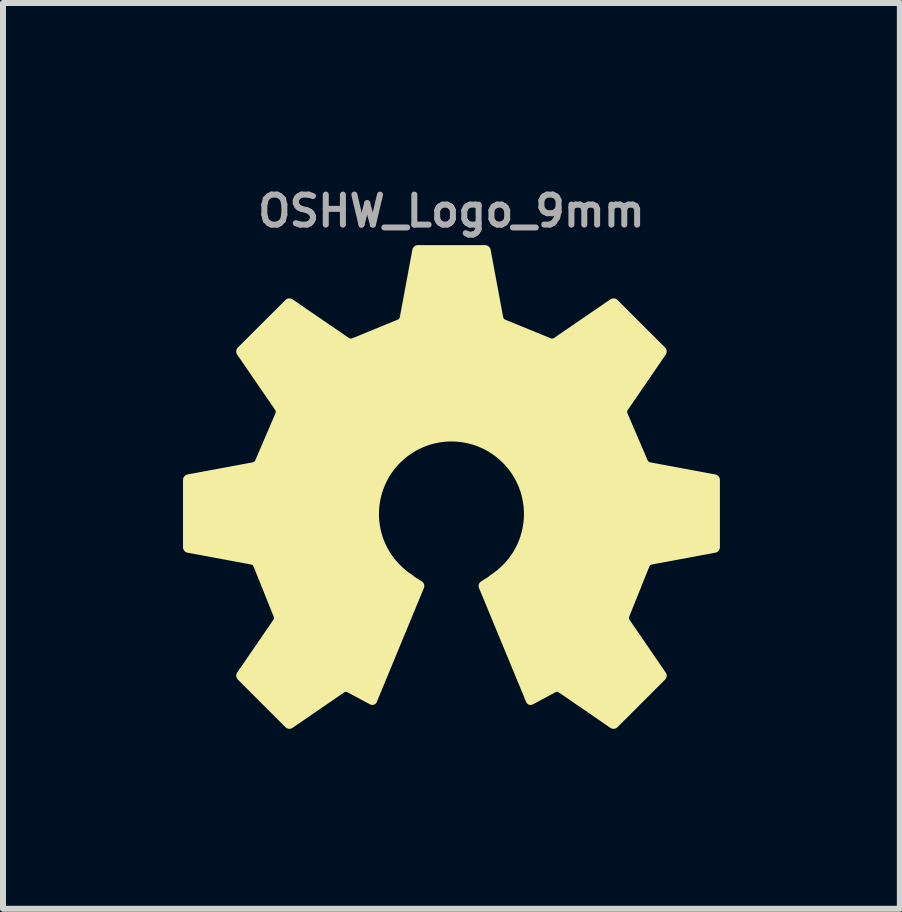
<source format=kicad_pcb>
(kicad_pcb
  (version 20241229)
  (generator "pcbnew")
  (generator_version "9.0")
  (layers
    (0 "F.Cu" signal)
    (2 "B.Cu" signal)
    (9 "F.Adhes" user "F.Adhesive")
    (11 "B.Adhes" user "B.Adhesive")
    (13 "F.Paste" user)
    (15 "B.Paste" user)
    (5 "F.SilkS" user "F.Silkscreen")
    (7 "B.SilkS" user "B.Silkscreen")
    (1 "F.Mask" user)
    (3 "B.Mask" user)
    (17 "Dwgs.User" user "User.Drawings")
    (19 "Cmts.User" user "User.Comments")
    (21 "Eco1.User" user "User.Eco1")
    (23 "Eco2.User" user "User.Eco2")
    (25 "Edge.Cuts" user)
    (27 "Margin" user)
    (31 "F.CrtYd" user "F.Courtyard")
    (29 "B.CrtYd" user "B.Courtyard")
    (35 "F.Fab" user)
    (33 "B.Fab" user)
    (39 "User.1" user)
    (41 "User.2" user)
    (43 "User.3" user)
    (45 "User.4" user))
  (footprint "OSHW_Logo_9mm"
    (layer "F.Cu")
    (at 4.476 5.468)
    (property "Reference" "OSHW_Logo_9mm" (at 0 -5 0) (layer "F.Fab") (effects (font (size 0.5 0.5) (thickness 0.1))))
    (fp_poly (pts (xy 0.564 -4.398) (xy 0.567 -4.398) (xy 0.569 -4.398) (xy 0.572 -4.398) (xy 0.574 -4.397) (xy 0.576 -4.396) (xy 0.579 -4.396) (xy 0.581 -4.395) (xy 0.584 -4.394) (xy 0.586 -4.393) (xy 0.588 -4.392) (xy 0.59 -4.39) (xy 0.593 -4.389) (xy 0.595 -4.387) (xy 0.597 -4.386) (xy 0.599 -4.384) (xy 0.601 -4.383) (xy 0.603 -4.381) (xy 0.605 -4.379) (xy 0.606 -4.377) (xy 0.608 -4.375) (xy 0.609 -4.373) (xy 0.611 -4.371) (xy 0.612 -4.369) (xy 0.614 -4.367) (xy 0.615 -4.365) (xy 0.616 -4.362) (xy 0.617 -4.36) (xy 0.618 -4.358) (xy 0.619 -4.355) (xy 0.619 -4.353) (xy 0.62 -4.35) (xy 0.83 -3.222) (xy 0.83 -3.219) (xy 0.831 -3.217) (xy 0.832 -3.212) (xy 0.835 -3.207) (xy 0.837 -3.202) (xy 0.84 -3.197) (xy 0.843 -3.192) (xy 0.846 -3.188) (xy 0.85 -3.183) (xy 0.854 -3.179) (xy 0.858 -3.175) (xy 0.862 -3.171) (xy 0.867 -3.168) (xy 0.871 -3.165) (xy 0.876 -3.162) (xy 0.878 -3.161) (xy 0.881 -3.16) (xy 0.883 -3.159) (xy 0.885 -3.158) (xy 1.642 -2.848) (xy 1.646 -2.846) (xy 1.651 -2.845) (xy 1.657 -2.843) (xy 1.662 -2.842) (xy 1.668 -2.841) (xy 1.673 -2.841) (xy 1.679 -2.841) (xy 1.685 -2.841) (xy 1.691 -2.842) (xy 1.696 -2.843) (xy 1.702 -2.844) (xy 1.707 -2.845) (xy 1.712 -2.847) (xy 1.717 -2.849) (xy 1.722 -2.852) (xy 1.726 -2.855) (xy 2.669 -3.501) (xy 2.671 -3.503) (xy 2.673 -3.504) (xy 2.676 -3.505) (xy 2.678 -3.506) (xy 2.68 -3.507) (xy 2.683 -3.508) (xy 2.685 -3.509) (xy 2.688 -3.51) (xy 2.69 -3.51) (xy 2.693 -3.51) (xy 2.698 -3.511) (xy 2.703 -3.511) (xy 2.708 -3.511) (xy 2.713 -3.51) (xy 2.718 -3.509) (xy 2.723 -3.508) (xy 2.725 -3.507) (xy 2.728 -3.506) (xy 2.73 -3.505) (xy 2.732 -3.504) (xy 2.734 -3.502) (xy 2.737 -3.501) (xy 2.739 -3.499) (xy 2.741 -3.498) (xy 2.743 -3.496) (xy 2.744 -3.494) (xy 3.538 -2.701) (xy 3.54 -2.699) (xy 3.542 -2.697) (xy 3.543 -2.695) (xy 3.545 -2.693) (xy 3.546 -2.691) (xy 3.547 -2.688) (xy 3.55 -2.684) (xy 3.551 -2.679) (xy 3.553 -2.674) (xy 3.554 -2.669) (xy 3.555 -2.664) (xy 3.555 -2.659) (xy 3.555 -2.654) (xy 3.554 -2.649) (xy 3.553 -2.644) (xy 3.552 -2.639) (xy 3.551 -2.636) (xy 3.55 -2.634) (xy 3.549 -2.632) (xy 3.548 -2.63) (xy 3.547 -2.627) (xy 3.545 -2.625) (xy 2.91 -1.699) (xy 2.907 -1.694) (xy 2.904 -1.69) (xy 2.902 -1.685) (xy 2.901 -1.68) (xy 2.899 -1.674) (xy 2.898 -1.669) (xy 2.897 -1.663) (xy 2.896 -1.657) (xy 2.896 -1.652) (xy 2.896 -1.646) (xy 2.897 -1.64) (xy 2.898 -1.635) (xy 2.899 -1.629) (xy 2.9 -1.624) (xy 2.902 -1.619) (xy 2.904 -1.615) (xy 3.239 -0.834) (xy 3.241 -0.83) (xy 3.243 -0.825) (xy 3.246 -0.82) (xy 3.249 -0.816) (xy 3.252 -0.811) (xy 3.256 -0.807) (xy 3.26 -0.803) (xy 3.264 -0.799) (xy 3.269 -0.795) (xy 3.273 -0.792) (xy 3.278 -0.789) (xy 3.283 -0.786) (xy 3.288 -0.784) (xy 3.293 -0.782) (xy 3.298 -0.78) (xy 3.303 -0.779) (xy 4.394 -0.576) (xy 4.394 -0.576) (xy 4.397 -0.575) (xy 4.399 -0.575) (xy 4.401 -0.574) (xy 4.404 -0.573) (xy 4.406 -0.572) (xy 4.408 -0.571) (xy 4.411 -0.57) (xy 4.413 -0.569) (xy 4.417 -0.566) (xy 4.421 -0.562) (xy 4.425 -0.559) (xy 4.428 -0.555) (xy 4.431 -0.551) (xy 4.434 -0.547) (xy 4.437 -0.542) (xy 4.438 -0.54) (xy 4.439 -0.538) (xy 4.439 -0.535) (xy 4.44 -0.533) (xy 4.441 -0.53) (xy 4.441 -0.528) (xy 4.442 -0.525) (xy 4.442 -0.523) (xy 4.442 -0.52) (xy 4.442 -0.518) (xy 4.442 0.605) (xy 4.442 0.608) (xy 4.442 0.61) (xy 4.442 0.613) (xy 4.441 0.615) (xy 4.441 0.618) (xy 4.44 0.62) (xy 4.439 0.623) (xy 4.438 0.625) (xy 4.437 0.627) (xy 4.436 0.63) (xy 4.435 0.632) (xy 4.434 0.634) (xy 4.433 0.636) (xy 4.431 0.638) (xy 4.43 0.641) (xy 4.428 0.643) (xy 4.426 0.644) (xy 4.425 0.646) (xy 4.423 0.648) (xy 4.421 0.65) (xy 4.419 0.652) (xy 4.417 0.653) (xy 4.415 0.655) (xy 4.413 0.656) (xy 4.41 0.657) (xy 4.408 0.658) (xy 4.406 0.66) (xy 4.404 0.661) (xy 4.401 0.661) (xy 4.399 0.662) (xy 4.396 0.663) (xy 4.394 0.663) (xy 3.33 0.861) (xy 3.327 0.862) (xy 3.325 0.862) (xy 3.322 0.863) (xy 3.32 0.864) (xy 3.315 0.866) (xy 3.31 0.869) (xy 3.305 0.871) (xy 3.3 0.874) (xy 3.296 0.878) (xy 3.291 0.881) (xy 3.287 0.885) (xy 3.283 0.89) (xy 3.28 0.894) (xy 3.276 0.898) (xy 3.273 0.903) (xy 3.271 0.908) (xy 3.268 0.912) (xy 3.267 0.915) (xy 3.267 0.917) (xy 2.934 1.747) (xy 2.932 1.752) (xy 2.931 1.757) (xy 2.929 1.762) (xy 2.928 1.767) (xy 2.928 1.773) (xy 2.927 1.779) (xy 2.927 1.784) (xy 2.927 1.79) (xy 2.928 1.796) (xy 2.929 1.802) (xy 2.93 1.807) (xy 2.932 1.813) (xy 2.933 1.818) (xy 2.936 1.823) (xy 2.938 1.827) (xy 2.941 1.832) (xy 3.545 2.713) (xy 3.547 2.715) (xy 3.548 2.717) (xy 3.549 2.719) (xy 3.55 2.722) (xy 3.551 2.724) (xy 3.552 2.726) (xy 3.553 2.729) (xy 3.553 2.731) (xy 3.554 2.734) (xy 3.554 2.736) (xy 3.555 2.741) (xy 3.555 2.746) (xy 3.555 2.752) (xy 3.554 2.757) (xy 3.553 2.762) (xy 3.551 2.767) (xy 3.551 2.769) (xy 3.55 2.771) (xy 3.548 2.774) (xy 3.547 2.776) (xy 3.546 2.778) (xy 3.545 2.78) (xy 3.543 2.782) (xy 3.542 2.784) (xy 3.54 2.786) (xy 3.538 2.788) (xy 2.744 3.582) (xy 2.742 3.584) (xy 2.74 3.585) (xy 2.738 3.587) (xy 2.736 3.588) (xy 2.734 3.59) (xy 2.732 3.591) (xy 2.728 3.593) (xy 2.723 3.595) (xy 2.718 3.597) (xy 2.713 3.598) (xy 2.708 3.598) (xy 2.703 3.599) (xy 2.698 3.598) (xy 2.692 3.598) (xy 2.687 3.597) (xy 2.683 3.596) (xy 2.68 3.595) (xy 2.678 3.594) (xy 2.675 3.593) (xy 2.673 3.592) (xy 2.671 3.59) (xy 2.669 3.589) (xy 1.804 2.995) (xy 1.799 2.992) (xy 1.795 2.99) (xy 1.79 2.988) (xy 1.785 2.986) (xy 1.779 2.985) (xy 1.774 2.984) (xy 1.768 2.983) (xy 1.763 2.983) (xy 1.757 2.983) (xy 1.751 2.983) (xy 1.746 2.984) (xy 1.74 2.985) (xy 1.735 2.986) (xy 1.73 2.988) (xy 1.725 2.99) (xy 1.721 2.992) (xy 1.339 3.196) (xy 1.337 3.197) (xy 1.335 3.198) (xy 1.332 3.199) (xy 1.33 3.199) (xy 1.328 3.2) (xy 1.325 3.2) (xy 1.323 3.201) (xy 1.321 3.201) (xy 1.318 3.201) (xy 1.316 3.201) (xy 1.314 3.201) (xy 1.311 3.201) (xy 1.309 3.2) (xy 1.307 3.2) (xy 1.305 3.199) (xy 1.303 3.198) (xy 1.3 3.198) (xy 1.298 3.197) (xy 1.296 3.196) (xy 1.294 3.194) (xy 1.293 3.193) (xy 1.291 3.192) (xy 1.289 3.19) (xy 1.287 3.189) (xy 1.286 3.187) (xy 1.284 3.185) (xy 1.282 3.183) (xy 1.281 3.182) (xy 1.28 3.179) (xy 1.279 3.177) (xy 1.277 3.175) (xy 1.276 3.173) (xy 0.49 1.272) (xy 0.489 1.269) (xy 0.488 1.267) (xy 0.487 1.265) (xy 0.487 1.262) (xy 0.486 1.26) (xy 0.486 1.257) (xy 0.486 1.255) (xy 0.486 1.252) (xy 0.486 1.25) (xy 0.486 1.247) (xy 0.486 1.245) (xy 0.486 1.242) (xy 0.487 1.24) (xy 0.487 1.237) (xy 0.488 1.235) (xy 0.489 1.232) (xy 0.49 1.23) (xy 0.491 1.227) (xy 0.492 1.225) (xy 0.493 1.223) (xy 0.494 1.221) (xy 0.495 1.218) (xy 0.497 1.216) (xy 0.498 1.214) (xy 0.5 1.212) (xy 0.501 1.21) (xy 0.503 1.209) (xy 0.505 1.207) (xy 0.507 1.205) (xy 0.509 1.204) (xy 0.511 1.202) (xy 0.513 1.201) (xy 0.608 1.142) (xy 0.615 1.138) (xy 0.623 1.133) (xy 0.63 1.127) (xy 0.638 1.121) (xy 0.646 1.115) (xy 0.654 1.109) (xy 0.661 1.102) (xy 0.669 1.096) (xy 0.732 1.053) (xy 0.792 1.006) (xy 0.849 0.955) (xy 0.903 0.901) (xy 0.954 0.844) (xy 1.001 0.784) (xy 1.045 0.721) (xy 1.084 0.655) (xy 1.12 0.587) (xy 1.151 0.516) (xy 1.178 0.443) (xy 1.2 0.368) (xy 1.218 0.291) (xy 1.231 0.212) (xy 1.239 0.132) (xy 1.242 0.05) (xy 1.24 -0.014) (xy 1.235 -0.077) (xy 1.227 -0.139) (xy 1.216 -0.2) (xy 1.202 -0.26) (xy 1.186 -0.319) (xy 1.166 -0.377) (xy 1.144 -0.433) (xy 1.119 -0.488) (xy 1.092 -0.542) (xy 1.062 -0.594) (xy 1.03 -0.644) (xy 0.995 -0.693) (xy 0.958 -0.74) (xy 0.919 -0.785) (xy 0.878 -0.828) (xy 0.835 -0.869) (xy 0.79 -0.908) (xy 0.743 -0.945) (xy 0.694 -0.979) (xy 0.644 -1.012) (xy 0.592 -1.042) (xy 0.538 -1.069) (xy 0.483 -1.094) (xy 0.427 -1.116) (xy 0.369 -1.136) (xy 0.31 -1.152) (xy 0.25 -1.166) (xy 0.189 -1.177) (xy 0.127 -1.185) (xy 0.064 -1.19) (xy 0.000001 -1.192) (xy -0.064 -1.19) (xy -0.127 -1.185) (xy -0.189 -1.177) (xy -0.25 -1.166) (xy -0.31 -1.152) (xy -0.369 -1.136) (xy -0.427 -1.116) (xy -0.483 -1.094) (xy -0.538 -1.069) (xy -0.592 -1.042) (xy -0.644 -1.012) (xy -0.694 -0.979) (xy -0.743 -0.945) (xy -0.79 -0.908) (xy -0.835 -0.869) (xy -0.878 -0.828) (xy -0.919 -0.785) (xy -0.958 -0.74) (xy -0.995 -0.693) (xy -1.03 -0.644) (xy -1.062 -0.594) (xy -1.092 -0.542) (xy -1.119 -0.488) (xy -1.144 -0.433) (xy -1.166 -0.377) (xy -1.186 -0.319) (xy -1.203 -0.26) (xy -1.216 -0.2) (xy -1.227 -0.139) (xy -1.235 -0.077) (xy -1.24 -0.014) (xy -1.242 0.05) (xy -1.241 0.091) (xy -1.239 0.132) (xy -1.236 0.172) (xy -1.231 0.212) (xy -1.225 0.252) (xy -1.218 0.291) (xy -1.21 0.33) (xy -1.201 0.368) (xy -1.19 0.406) (xy -1.178 0.443) (xy -1.165 0.48) (xy -1.151 0.516) (xy -1.136 0.552) (xy -1.12 0.587) (xy -1.084 0.655) (xy -1.045 0.721) (xy -1.001 0.784) (xy -0.954 0.844) (xy -0.903 0.901) (xy -0.849 0.955) (xy -0.792 1.006) (xy -0.732 1.053) (xy -0.669 1.096) (xy -0.661 1.102) (xy -0.654 1.109) (xy -0.646 1.115) (xy -0.638 1.121) (xy -0.63 1.127) (xy -0.622 1.133) (xy -0.615 1.138) (xy -0.608 1.142) (xy -0.513 1.201) (xy -0.511 1.202) (xy -0.509 1.204) (xy -0.507 1.205) (xy -0.505 1.207) (xy -0.503 1.209) (xy -0.501 1.21) (xy -0.498 1.214) (xy -0.495 1.218) (xy -0.493 1.223) (xy -0.49 1.227) (xy -0.489 1.232) (xy -0.487 1.237) (xy -0.486 1.242) (xy -0.486 1.247) (xy -0.486 1.252) (xy -0.486 1.257) (xy -0.486 1.26) (xy -0.487 1.262) (xy -0.487 1.265) (xy -0.488 1.267) (xy -0.489 1.269) (xy -0.49 1.272) (xy -1.276 3.173) (xy -1.277 3.175) (xy -1.279 3.177) (xy -1.28 3.179) (xy -1.281 3.181) (xy -1.282 3.183) (xy -1.284 3.185) (xy -1.286 3.187) (xy -1.287 3.189) (xy -1.289 3.19) (xy -1.291 3.192) (xy -1.293 3.193) (xy -1.294 3.194) (xy -1.296 3.195) (xy -1.298 3.197) (xy -1.3 3.197) (xy -1.303 3.198) (xy -1.305 3.199) (xy -1.307 3.2) (xy -1.309 3.2) (xy -1.311 3.201) (xy -1.314 3.201) (xy -1.316 3.201) (xy -1.318 3.201) (xy -1.321 3.201) (xy -1.323 3.201) (xy -1.325 3.2) (xy -1.328 3.2) (xy -1.33 3.199) (xy -1.332 3.199) (xy -1.335 3.198) (xy -1.337 3.197) (xy -1.339 3.196) (xy -1.721 2.992) (xy -1.725 2.99) (xy -1.73 2.988) (xy -1.735 2.986) (xy -1.74 2.985) (xy -1.746 2.984) (xy -1.751 2.983) (xy -1.757 2.983) (xy -1.763 2.983) (xy -1.768 2.983) (xy -1.774 2.984) (xy -1.779 2.985) (xy -1.785 2.986) (xy -1.79 2.988) (xy -1.795 2.99) (xy -1.799 2.992) (xy -1.804 2.995) (xy -2.669 3.589) (xy -2.671 3.59) (xy -2.673 3.591) (xy -2.675 3.593) (xy -2.678 3.594) (xy -2.68 3.595) (xy -2.682 3.595) (xy -2.685 3.596) (xy -2.687 3.597) (xy -2.69 3.597) (xy -2.692 3.598) (xy -2.697 3.598) (xy -2.703 3.598) (xy -2.708 3.598) (xy -2.713 3.598) (xy -2.718 3.596) (xy -2.723 3.595) (xy -2.725 3.594) (xy -2.728 3.593) (xy -2.73 3.592) (xy -2.732 3.591) (xy -2.734 3.59) (xy -2.736 3.588) (xy -2.738 3.587) (xy -2.74 3.585) (xy -2.742 3.584) (xy -2.744 3.582) (xy -3.538 2.788) (xy -3.54 2.786) (xy -3.542 2.784) (xy -3.543 2.782) (xy -3.545 2.78) (xy -3.546 2.778) (xy -3.547 2.776) (xy -3.55 2.771) (xy -3.551 2.767) (xy -3.553 2.762) (xy -3.554 2.757) (xy -3.555 2.751) (xy -3.555 2.746) (xy -3.555 2.741) (xy -3.554 2.736) (xy -3.553 2.731) (xy -3.552 2.726) (xy -3.551 2.724) (xy -3.55 2.721) (xy -3.549 2.719) (xy -3.548 2.717) (xy -3.547 2.715) (xy -3.545 2.713) (xy -2.941 1.832) (xy -2.938 1.827) (xy -2.936 1.823) (xy -2.933 1.818) (xy -2.932 1.813) (xy -2.93 1.807) (xy -2.929 1.802) (xy -2.928 1.796) (xy -2.927 1.79) (xy -2.927 1.784) (xy -2.927 1.779) (xy -2.928 1.773) (xy -2.928 1.767) (xy -2.929 1.762) (xy -2.931 1.757) (xy -2.932 1.752) (xy -2.934 1.747) (xy -3.267 0.917) (xy -3.267 0.915) (xy -3.268 0.912) (xy -3.271 0.908) (xy -3.273 0.903) (xy -3.276 0.898) (xy -3.28 0.894) (xy -3.283 0.889) (xy -3.287 0.885) (xy -3.291 0.881) (xy -3.296 0.878) (xy -3.3 0.874) (xy -3.305 0.871) (xy -3.31 0.868) (xy -3.315 0.866) (xy -3.32 0.864) (xy -3.325 0.862) (xy -3.327 0.862) (xy -3.33 0.861) (xy -4.394 0.663) (xy -4.396 0.663) (xy -4.399 0.662) (xy -4.401 0.661) (xy -4.404 0.66) (xy -4.406 0.66) (xy -4.408 0.658) (xy -4.41 0.657) (xy -4.413 0.656) (xy -4.415 0.655) (xy -4.417 0.653) (xy -4.421 0.65) (xy -4.425 0.646) (xy -4.428 0.642) (xy -4.431 0.638) (xy -4.434 0.634) (xy -4.436 0.63) (xy -4.438 0.625) (xy -4.439 0.622) (xy -4.44 0.62) (xy -4.441 0.618) (xy -4.441 0.615) (xy -4.442 0.613) (xy -4.442 0.61) (xy -4.442 0.608) (xy -4.442 0.605) (xy -4.442 -0.518) (xy -4.442 -0.52) (xy -4.442 -0.523) (xy -4.442 -0.525) (xy -4.441 -0.528) (xy -4.441 -0.53) (xy -4.44 -0.533) (xy -4.439 -0.535) (xy -4.439 -0.538) (xy -4.438 -0.54) (xy -4.437 -0.542) (xy -4.435 -0.544) (xy -4.434 -0.547) (xy -4.433 -0.549) (xy -4.431 -0.551) (xy -4.43 -0.553) (xy -4.428 -0.555) (xy -4.426 -0.557) (xy -4.425 -0.559) (xy -4.423 -0.561) (xy -4.421 -0.562) (xy -4.419 -0.564) (xy -4.417 -0.566) (xy -4.415 -0.567) (xy -4.413 -0.569) (xy -4.411 -0.57) (xy -4.408 -0.571) (xy -4.406 -0.572) (xy -4.404 -0.573) (xy -4.401 -0.574) (xy -4.399 -0.575) (xy -4.396 -0.575) (xy -4.394 -0.576) (xy -3.303 -0.779) (xy -3.301 -0.779) (xy -3.298 -0.78) (xy -3.293 -0.782) (xy -3.288 -0.784) (xy -3.283 -0.786) (xy -3.278 -0.789) (xy -3.273 -0.792) (xy -3.269 -0.795) (xy -3.264 -0.799) (xy -3.26 -0.803) (xy -3.256 -0.807) (xy -3.252 -0.811) (xy -3.249 -0.816) (xy -3.246 -0.82) (xy -3.243 -0.825) (xy -3.24 -0.83) (xy -3.239 -0.832) (xy -3.239 -0.834) (xy -2.904 -1.615) (xy -2.902 -1.619) (xy -2.9 -1.624) (xy -2.899 -1.629) (xy -2.898 -1.635) (xy -2.897 -1.64) (xy -2.896 -1.646) (xy -2.896 -1.652) (xy -2.896 -1.657) (xy -2.897 -1.663) (xy -2.898 -1.669) (xy -2.899 -1.674) (xy -2.9 -1.68) (xy -2.902 -1.685) (xy -2.904 -1.69) (xy -2.907 -1.694) (xy -2.909 -1.699) (xy -3.545 -2.625) (xy -3.546 -2.627) (xy -3.548 -2.63) (xy -3.549 -2.632) (xy -3.55 -2.634) (xy -3.551 -2.636) (xy -3.552 -2.639) (xy -3.552 -2.641) (xy -3.553 -2.644) (xy -3.554 -2.646) (xy -3.554 -2.649) (xy -3.555 -2.654) (xy -3.555 -2.659) (xy -3.554 -2.664) (xy -3.554 -2.669) (xy -3.553 -2.674) (xy -3.551 -2.679) (xy -3.55 -2.682) (xy -3.549 -2.684) (xy -3.548 -2.686) (xy -3.547 -2.688) (xy -3.546 -2.691) (xy -3.544 -2.693) (xy -3.543 -2.695) (xy -3.541 -2.697) (xy -3.54 -2.699) (xy -3.538 -2.701) (xy -2.744 -3.494) (xy -2.742 -3.496) (xy -2.74 -3.498) (xy -2.738 -3.499) (xy -2.736 -3.501) (xy -2.734 -3.502) (xy -2.732 -3.504) (xy -2.727 -3.506) (xy -2.723 -3.508) (xy -2.718 -3.509) (xy -2.713 -3.51) (xy -2.708 -3.511) (xy -2.703 -3.511) (xy -2.697 -3.511) (xy -2.692 -3.51) (xy -2.687 -3.51) (xy -2.682 -3.508) (xy -2.68 -3.507) (xy -2.678 -3.506) (xy -2.675 -3.505) (xy -2.673 -3.504) (xy -2.671 -3.503) (xy -2.669 -3.501) (xy -1.726 -2.855) (xy -1.722 -2.852) (xy -1.717 -2.849) (xy -1.712 -2.847) (xy -1.707 -2.845) (xy -1.702 -2.844) (xy -1.696 -2.843) (xy -1.69 -2.842) (xy -1.685 -2.841) (xy -1.679 -2.841) (xy -1.673 -2.841) (xy -1.667 -2.841) (xy -1.662 -2.842) (xy -1.656 -2.843) (xy -1.651 -2.845) (xy -1.646 -2.846) (xy -1.641 -2.848) (xy -0.885 -3.158) (xy -0.88 -3.16) (xy -0.876 -3.162) (xy -0.871 -3.165) (xy -0.866 -3.168) (xy -0.862 -3.171) (xy -0.858 -3.175) (xy -0.853 -3.179) (xy -0.85 -3.183) (xy -0.846 -3.188) (xy -0.842 -3.192) (xy -0.839 -3.197) (xy -0.837 -3.202) (xy -0.834 -3.207) (xy -0.832 -3.212) (xy -0.831 -3.217) (xy -0.829 -3.222) (xy -0.619 -4.35) (xy -0.619 -4.353) (xy -0.618 -4.355) (xy -0.618 -4.358) (xy -0.617 -4.36) (xy -0.616 -4.362) (xy -0.615 -4.365) (xy -0.613 -4.367) (xy -0.612 -4.369) (xy -0.611 -4.371) (xy -0.609 -4.373) (xy -0.606 -4.377) (xy -0.603 -4.381) (xy -0.599 -4.384) (xy -0.595 -4.387) (xy -0.59 -4.39) (xy -0.586 -4.393) (xy -0.583 -4.394) (xy -0.581 -4.395) (xy -0.579 -4.396) (xy -0.576 -4.396) (xy -0.574 -4.397) (xy -0.571 -4.398) (xy -0.569 -4.398) (xy -0.566 -4.398) (xy -0.564 -4.398) (xy -0.561 -4.399) (xy 0.561 -4.399)) (stroke (width 0.066) (type solid)) (fill yes) (layer "F.SilkS")))
  (gr_rect
    (start -3 -3)
    (end 11.951 12.1)
    (stroke (width 0.1) (type default))
    (fill no)
    (layer "Edge.Cuts")))
</source>
